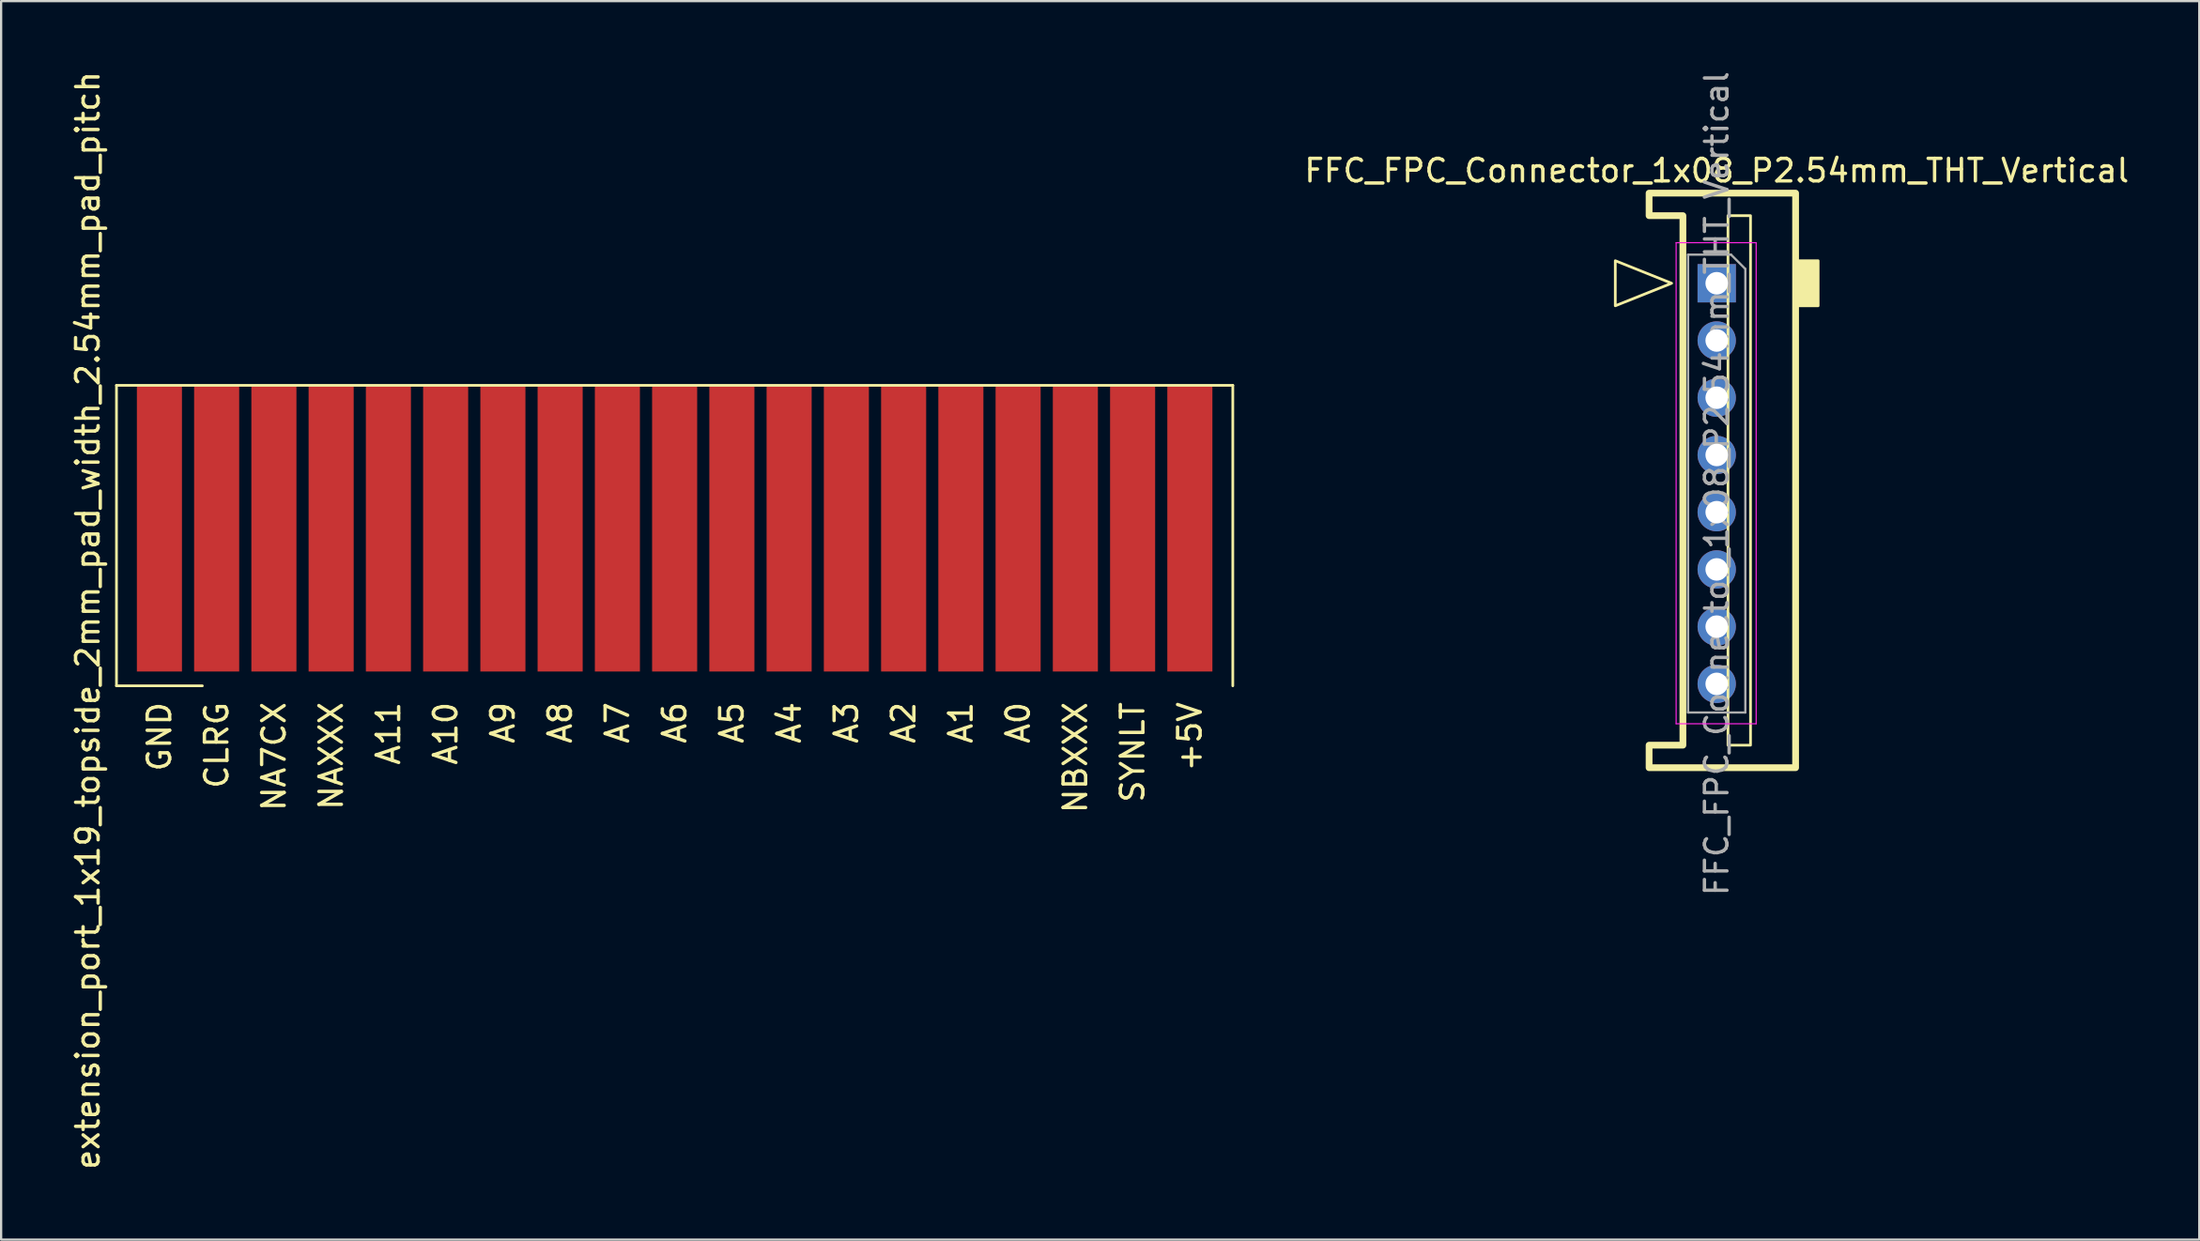
<source format=kicad_pcb>
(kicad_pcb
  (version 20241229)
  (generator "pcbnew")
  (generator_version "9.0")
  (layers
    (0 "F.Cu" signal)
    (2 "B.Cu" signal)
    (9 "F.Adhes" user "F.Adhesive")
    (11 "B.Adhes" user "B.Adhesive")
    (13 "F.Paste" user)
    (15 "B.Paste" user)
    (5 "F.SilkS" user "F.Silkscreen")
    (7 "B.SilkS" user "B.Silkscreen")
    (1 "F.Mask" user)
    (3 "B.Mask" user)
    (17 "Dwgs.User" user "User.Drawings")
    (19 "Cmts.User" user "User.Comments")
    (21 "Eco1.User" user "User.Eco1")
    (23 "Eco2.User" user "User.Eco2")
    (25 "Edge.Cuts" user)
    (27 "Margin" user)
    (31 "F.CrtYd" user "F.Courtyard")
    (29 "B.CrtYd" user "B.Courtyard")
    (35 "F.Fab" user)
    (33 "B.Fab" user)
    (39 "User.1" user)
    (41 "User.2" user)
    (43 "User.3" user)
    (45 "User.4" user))
  (footprint "FFC_FPC_Connector_1x08_P2.54mm_THT_Vertical"
    (layer "F.Cu")
    (at 73.119 9.521)
    (property "Reference" "FFC_FPC_Connector_1x08_P2.54mm_THT_Vertical" (at 0 -5 0) (layer "F.SilkS") (effects (font (size 1 1) (thickness 0.15))))
    (attr through_hole)
    (fp_rect (start 1.5 -3) (end 0.5 20.5) (stroke (width 0.12) (type default)) (fill no) (layer "F.SilkS"))
    (fp_rect (start 3.5 -1) (end 4.5 1) (stroke (width 0.12) (type solid)) (fill yes) (layer "F.SilkS"))
    (fp_poly (pts (xy -2 0) (xy -4.5 -1) (xy -4.5 1)) (stroke (width 0.12) (type solid)) (fill no) (layer "F.SilkS"))
    (fp_poly (pts (xy -1.5 -3) (xy -1.5 20.5) (xy -3 20.5) (xy -3 21.5) (xy 3.5 21.5) (xy 3.5 -4) (xy -3 -4) (xy -3 -3)) (stroke (width 0.3) (type solid)) (fill no) (layer "F.SilkS"))
    (fp_line (start -1.8 -1.8) (end 1.75 -1.8) (stroke (width 0.05) (type solid)) (layer "F.CrtYd"))
    (fp_line (start -1.8 19.55) (end -1.8 -1.8) (stroke (width 0.05) (type solid)) (layer "F.CrtYd"))
    (fp_line (start 1.75 -1.8) (end 1.75 19.55) (stroke (width 0.05) (type solid)) (layer "F.CrtYd"))
    (fp_line (start 1.75 19.55) (end -1.8 19.55) (stroke (width 0.05) (type solid)) (layer "F.CrtYd"))
    (fp_line (start -1.27 -1.27) (end 0.635 -1.27) (stroke (width 0.1) (type solid)) (layer "F.Fab"))
    (fp_line (start -1.27 19.05) (end -1.27 -1.27) (stroke (width 0.1) (type solid)) (layer "F.Fab"))
    (fp_line (start 0.635 -1.27) (end 1.27 -0.635) (stroke (width 0.1) (type solid)) (layer "F.Fab"))
    (fp_line (start 1.27 -0.635) (end 1.27 19.05) (stroke (width 0.1) (type solid)) (layer "F.Fab"))
    (fp_line (start 1.27 19.05) (end -1.27 19.05) (stroke (width 0.1) (type solid)) (layer "F.Fab"))
    (fp_text user "${REFERENCE}" (at 0 8.89 90) (layer "F.Fab") (effects (font (size 1 1) (thickness 0.15))))
    (pad "1" thru_hole rect (at 0 0) (size 1.7 1.7) (drill 1) (layers "*.Cu" "*.Mask"))
    (pad "2" thru_hole oval (at 0 2.54) (size 1.7 1.7) (drill 1) (layers "*.Cu" "*.Mask"))
    (pad "3" thru_hole oval (at 0 5.08) (size 1.7 1.7) (drill 1) (layers "*.Cu" "*.Mask"))
    (pad "4" thru_hole oval (at 0 7.62) (size 1.7 1.7) (drill 1) (layers "*.Cu" "*.Mask"))
    (pad "5" thru_hole oval (at 0 10.16) (size 1.7 1.7) (drill 1) (layers "*.Cu" "*.Mask"))
    (pad "6" thru_hole oval (at 0 12.7) (size 1.7 1.7) (drill 1) (layers "*.Cu" "*.Mask"))
    (pad "7" thru_hole oval (at 0 15.24) (size 1.7 1.7) (drill 1) (layers "*.Cu" "*.Mask"))
    (pad "8" thru_hole oval (at 0 17.78) (size 1.7 1.7) (drill 1) (layers "*.Cu" "*.Mask")))
  (footprint "extension_port_1x19_topside_2mm_pad_width_2.54mm_pad_pitch"
    (layer "F.Cu")
    (at 26.883 20.402)
    (property "Reference" "extension_port_1x19_topside_2mm_pad_width_2.54mm_pad_pitch" (at -26.035 4.08 90) (unlocked yes) (layer "F.SilkS") (effects (font (size 1 1) (thickness 0.15))))
    (attr smd)
    (fp_line (start -24.765 -6.35) (end 24.765 -6.35) (stroke (width 0.12) (type solid)) (layer "F.SilkS"))
    (fp_line (start -24.765 6.985) (end -24.765 -6.35) (stroke (width 0.12) (type solid)) (layer "F.SilkS"))
    (fp_line (start -24.765 6.985) (end -20.955 6.985) (stroke (width 0.12) (type solid)) (layer "F.SilkS"))
    (fp_line (start 24.765 -6.35) (end 24.765 6.985) (stroke (width 0.12) (type solid)) (layer "F.SilkS"))
    (fp_text user "A0" (at 15.24 7.62 90) (unlocked yes) (layer "F.SilkS") (effects (font (size 1 1) (thickness 0.15)) (justify right)))
    (fp_text user "SYNLT" (at 20.32 7.62 90) (unlocked yes) (layer "F.SilkS") (effects (font (size 1 1) (thickness 0.15)) (justify right)))
    (fp_text user "A5" (at 2.54 7.62 90) (unlocked yes) (layer "F.SilkS") (effects (font (size 1 1) (thickness 0.15)) (justify right)))
    (fp_text user "+5V" (at 22.86 7.62 90) (unlocked yes) (layer "F.SilkS") (effects (font (size 1 1) (thickness 0.15)) (justify right)))
    (fp_text user "A1" (at 12.7 7.62 90) (unlocked yes) (layer "F.SilkS") (effects (font (size 1 1) (thickness 0.15)) (justify right)))
    (fp_text user "A10" (at -10.16 7.62 90) (unlocked yes) (layer "F.SilkS") (effects (font (size 1 1) (thickness 0.15)) (justify right)))
    (fp_text user "A8" (at -5.08 7.62 90) (unlocked yes) (layer "F.SilkS") (effects (font (size 1 1) (thickness 0.15)) (justify right)))
    (fp_text user "GND" (at -22.86 7.62 90) (unlocked yes) (layer "F.SilkS") (effects (font (size 1 1) (thickness 0.15)) (justify right)))
    (fp_text user "A11" (at -12.7 7.62 90) (unlocked yes) (layer "F.SilkS") (effects (font (size 1 1) (thickness 0.15)) (justify right)))
    (fp_text user "A3" (at 7.62 7.62 90) (unlocked yes) (layer "F.SilkS") (effects (font (size 1 1) (thickness 0.15)) (justify right)))
    (fp_text user "NA7CX" (at -17.78 7.62 90) (unlocked yes) (layer "F.SilkS") (effects (font (size 1 1) (thickness 0.15)) (justify right)))
    (fp_text user "A9" (at -7.62 7.62 90) (unlocked yes) (layer "F.SilkS") (effects (font (size 1 1) (thickness 0.15)) (justify right)))
    (fp_text user "A7" (at -2.54 7.62 90) (unlocked yes) (layer "F.SilkS") (effects (font (size 1 1) (thickness 0.15)) (justify right)))
    (fp_text user "A2" (at 10.16 7.62 90) (unlocked yes) (layer "F.SilkS") (effects (font (size 1 1) (thickness 0.15)) (justify right)))
    (fp_text user "NBXXX" (at 17.78 7.62 90) (unlocked yes) (layer "F.SilkS") (effects (font (size 1 1) (thickness 0.15)) (justify right)))
    (fp_text user "A4" (at 5.08 7.62 90) (unlocked yes) (layer "F.SilkS") (effects (font (size 1 1) (thickness 0.15)) (justify right)))
    (fp_text user "NAXXX" (at -15.24 7.62 90) (unlocked yes) (layer "F.SilkS") (effects (font (size 1 1) (thickness 0.15)) (justify right)))
    (fp_text user "CLRG" (at -20.32 7.62 90) (unlocked yes) (layer "F.SilkS") (effects (font (size 1 1) (thickness 0.15)) (justify right)))
    (fp_text user "A6" (at 0 7.62 90) (unlocked yes) (layer "F.SilkS") (effects (font (size 1 1) (thickness 0.15)) (justify right)))
    (pad "1" connect rect (at -22.86 0) (size 2 12.7) (layers "F.Cu" "F.Mask"))
    (pad "2" connect rect (at -20.32 0) (size 2 12.7) (layers "F.Cu" "F.Mask"))
    (pad "3" connect rect (at -17.78 0) (size 2 12.7) (layers "F.Cu" "F.Mask"))
    (pad "4" connect rect (at -15.24 0) (size 2 12.7) (layers "F.Cu" "F.Mask"))
    (pad "5" connect rect (at -12.7 0) (size 2 12.7) (layers "F.Cu" "F.Mask"))
    (pad "6" connect rect (at -10.16 0) (size 2 12.7) (layers "F.Cu" "F.Mask"))
    (pad "7" connect rect (at -7.62 0) (size 2 12.7) (layers "F.Cu" "F.Mask"))
    (pad "8" connect rect (at -5.08 0) (size 2 12.7) (layers "F.Cu" "F.Mask"))
    (pad "9" connect rect (at -2.54 0) (size 2 12.7) (layers "F.Cu" "F.Mask"))
    (pad "10" connect rect (at 0 0) (size 2 12.7) (layers "F.Cu" "F.Mask"))
    (pad "11" connect rect (at 2.54 0) (size 2 12.7) (layers "F.Cu" "F.Mask"))
    (pad "12" connect rect (at 5.08 0) (size 2 12.7) (layers "F.Cu" "F.Mask"))
    (pad "13" connect rect (at 7.62 0) (size 2 12.7) (layers "F.Cu" "F.Mask"))
    (pad "14" connect rect (at 10.16 0) (size 2 12.7) (layers "F.Cu" "F.Mask"))
    (pad "15" connect rect (at 12.7 0) (size 2 12.7) (layers "F.Cu" "F.Mask"))
    (pad "16" connect rect (at 15.24 0) (size 2 12.7) (layers "F.Cu" "F.Mask"))
    (pad "17" connect rect (at 17.78 0) (size 2 12.7) (layers "F.Cu" "F.Mask"))
    (pad "18" connect rect (at 20.32 0) (size 2 12.7) (layers "F.Cu" "F.Mask"))
    (pad "19" connect rect (at 22.86 0) (size 2 12.7) (layers "F.Cu" "F.Mask")))
  (gr_rect
    (start -3 -3)
    (end 94.53 51.964)
    (stroke (width 0.1) (type default))
    (fill no)
    (layer "Edge.Cuts")))
</source>
